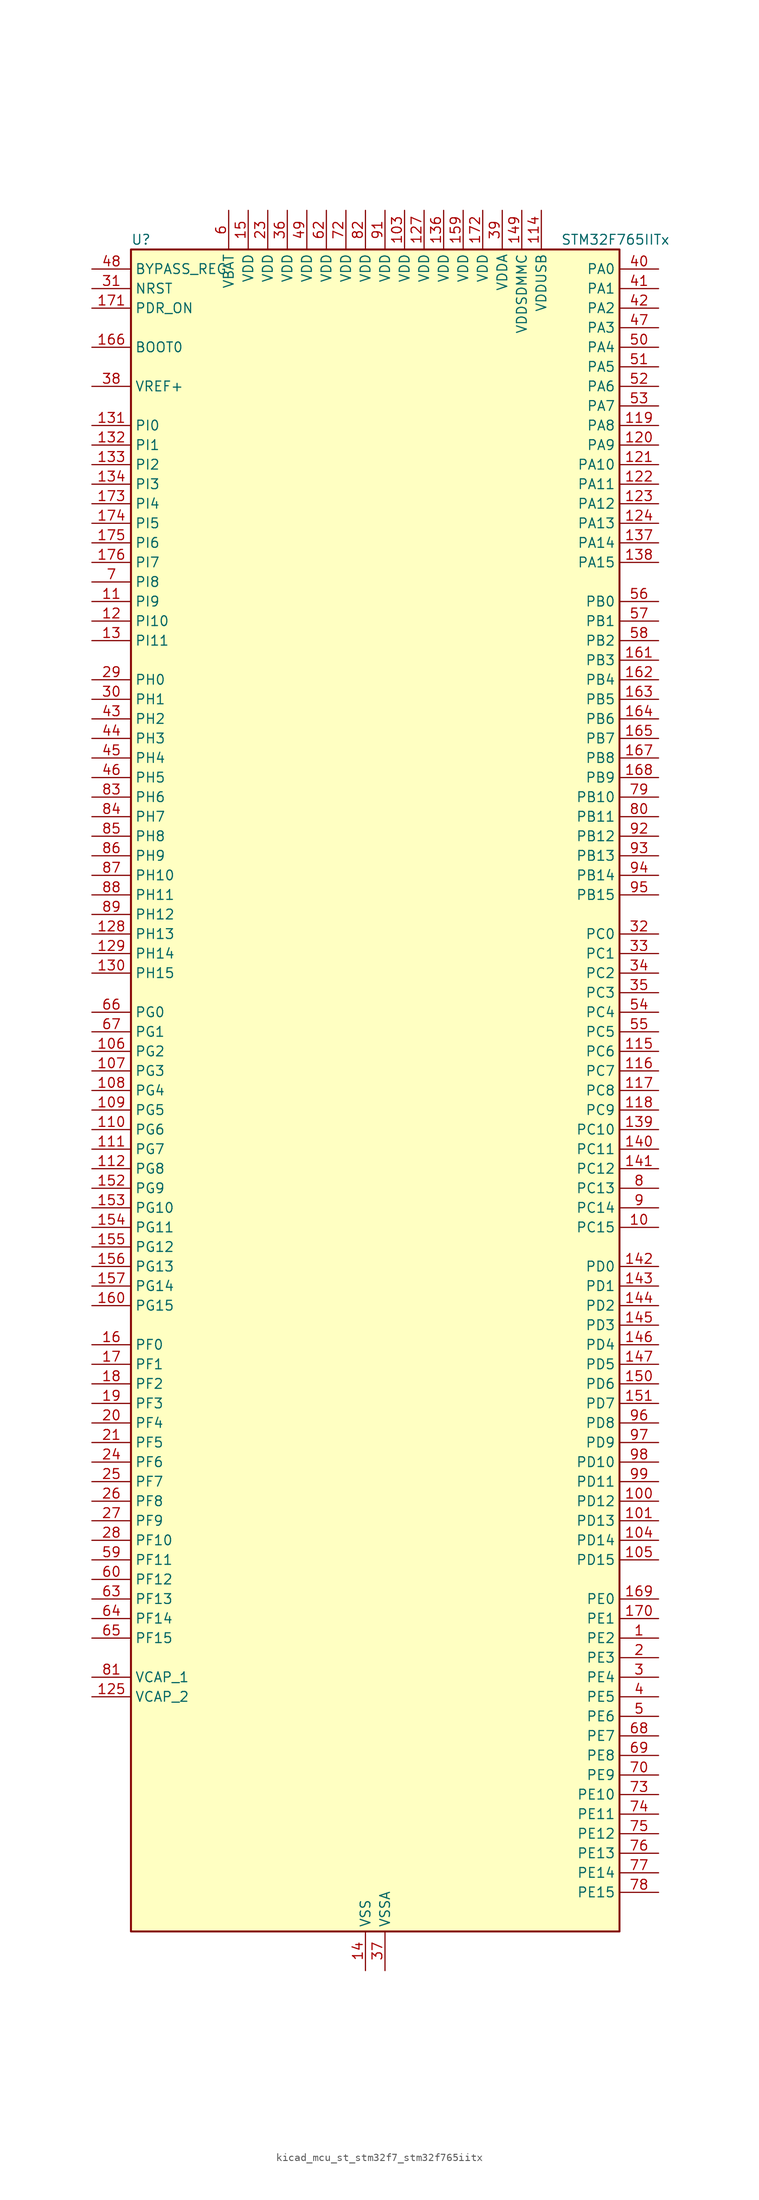
<source format=kicad_sym>
(kicad_symbol_lib
  (version 20220914)
  (generator kicad_symbol_editor)
  (symbol "kicad_mcu_st_stm32f7_stm32f765iitx"
    (property "Reference" "U"
      (at -30.48 110.49 0)
      (effects (font (size 1.27 1.27)) (justify left)))
    (property "Value" "STM32F765IITx"
      (at 25.4 110.49 0)
      (effects (font (size 1.27 1.27)) (justify left)))
    (property "ki_locked" ""
      (at 0 0 0)
      (effects (font (size 1.27 1.27))))
    (symbol "kicad_mcu_st_stm32f7_stm32f765iitx_0_1"
      (rectangle (start -30.48 -109.22) (end 33.02 109.22) (stroke (width 0.254) (type default)) (fill (type background))))
    (symbol "kicad_mcu_st_stm32f7_stm32f765iitx_1_1"
      (pin bidirectional line (at 38.1 -71.12 180) (length 5.08) (name "PE2" (effects (font (size 1.27 1.27)))) (number "1" (effects (font (size 1.27 1.27)))) (alternate "ETH_TXD3" bidirectional line) (alternate "FMC_A23" bidirectional line) (alternate "QUADSPI_BK1_IO2" bidirectional line) (alternate "SAI1_MCLK_A" bidirectional line) (alternate "SPI4_SCK" bidirectional line) (alternate "SYS_TRACECLK" bidirectional line))
      (pin bidirectional line (at 38.1 -17.78 180) (length 5.08) (name "PC15" (effects (font (size 1.27 1.27)))) (number "10" (effects (font (size 1.27 1.27)))) (alternate "RCC_OSC32_OUT" bidirectional line))
      (pin bidirectional line (at 38.1 -53.34 180) (length 5.08) (name "PD12" (effects (font (size 1.27 1.27)))) (number "100" (effects (font (size 1.27 1.27)))) (alternate "FMC_A17" bidirectional line) (alternate "FMC_ALE" bidirectional line) (alternate "I2C4_SCL" bidirectional line) (alternate "LPTIM1_IN1" bidirectional line) (alternate "QUADSPI_BK1_IO1" bidirectional line) (alternate "SAI2_FS_A" bidirectional line) (alternate "TIM4_CH1" bidirectional line) (alternate "USART3_DE" bidirectional line) (alternate "USART3_RTS" bidirectional line))
      (pin bidirectional line (at 38.1 -55.88 180) (length 5.08) (name "PD13" (effects (font (size 1.27 1.27)))) (number "101" (effects (font (size 1.27 1.27)))) (alternate "FMC_A18" bidirectional line) (alternate "I2C4_SDA" bidirectional line) (alternate "LPTIM1_OUT" bidirectional line) (alternate "QUADSPI_BK1_IO3" bidirectional line) (alternate "SAI2_SCK_A" bidirectional line) (alternate "TIM4_CH2" bidirectional line))
      (pin passive line (at 0 -114.3 90) (length 5.08) hide (name "VSS" (effects (font (size 1.27 1.27)))) (number "102" (effects (font (size 1.27 1.27)))))
      (pin power_in line (at 5.08 114.3 270) (length 5.08) (name "VDD" (effects (font (size 1.27 1.27)))) (number "103" (effects (font (size 1.27 1.27)))))
      (pin bidirectional line (at 38.1 -58.42 180) (length 5.08) (name "PD14" (effects (font (size 1.27 1.27)))) (number "104" (effects (font (size 1.27 1.27)))) (alternate "FMC_D0" bidirectional line) (alternate "FMC_DA0" bidirectional line) (alternate "TIM4_CH3" bidirectional line) (alternate "UART8_CTS" bidirectional line))
      (pin bidirectional line (at 38.1 -60.96 180) (length 5.08) (name "PD15" (effects (font (size 1.27 1.27)))) (number "105" (effects (font (size 1.27 1.27)))) (alternate "FMC_D1" bidirectional line) (alternate "FMC_DA1" bidirectional line) (alternate "TIM4_CH4" bidirectional line) (alternate "UART8_DE" bidirectional line) (alternate "UART8_RTS" bidirectional line))
      (pin bidirectional line (at -35.56 5.08 0) (length 5.08) (name "PG2" (effects (font (size 1.27 1.27)))) (number "106" (effects (font (size 1.27 1.27)))) (alternate "FMC_A12" bidirectional line))
      (pin bidirectional line (at -35.56 2.54 0) (length 5.08) (name "PG3" (effects (font (size 1.27 1.27)))) (number "107" (effects (font (size 1.27 1.27)))) (alternate "FMC_A13" bidirectional line))
      (pin bidirectional line (at -35.56 0 0) (length 5.08) (name "PG4" (effects (font (size 1.27 1.27)))) (number "108" (effects (font (size 1.27 1.27)))) (alternate "FMC_A14" bidirectional line) (alternate "FMC_BA0" bidirectional line))
      (pin bidirectional line (at -35.56 -2.54 0) (length 5.08) (name "PG5" (effects (font (size 1.27 1.27)))) (number "109" (effects (font (size 1.27 1.27)))) (alternate "FMC_A15" bidirectional line) (alternate "FMC_BA1" bidirectional line))
      (pin bidirectional line (at -35.56 63.5 0) (length 5.08) (name "PI9" (effects (font (size 1.27 1.27)))) (number "11" (effects (font (size 1.27 1.27)))) (alternate "CAN1_RX" bidirectional line) (alternate "DAC_EXTI9" bidirectional line) (alternate "FMC_D30" bidirectional line) (alternate "UART4_RX" bidirectional line))
      (pin bidirectional line (at -35.56 -5.08 0) (length 5.08) (name "PG6" (effects (font (size 1.27 1.27)))) (number "110" (effects (font (size 1.27 1.27)))) (alternate "DCMI_D12" bidirectional line) (alternate "FMC_NE3" bidirectional line))
      (pin bidirectional line (at -35.56 -7.62 0) (length 5.08) (name "PG7" (effects (font (size 1.27 1.27)))) (number "111" (effects (font (size 1.27 1.27)))) (alternate "DCMI_D13" bidirectional line) (alternate "FMC_INT" bidirectional line) (alternate "SAI1_MCLK_A" bidirectional line) (alternate "USART6_CK" bidirectional line))
      (pin bidirectional line (at -35.56 -10.16 0) (length 5.08) (name "PG8" (effects (font (size 1.27 1.27)))) (number "112" (effects (font (size 1.27 1.27)))) (alternate "ETH_PPS_OUT" bidirectional line) (alternate "FMC_SDCLK" bidirectional line) (alternate "SPDIFRX_IN2" bidirectional line) (alternate "SPI6_NSS" bidirectional line) (alternate "USART6_DE" bidirectional line) (alternate "USART6_RTS" bidirectional line))
      (pin passive line (at 0 -114.3 90) (length 5.08) hide (name "VSS" (effects (font (size 1.27 1.27)))) (number "113" (effects (font (size 1.27 1.27)))))
      (pin power_in line (at 22.86 114.3 270) (length 5.08) (name "VDDUSB" (effects (font (size 1.27 1.27)))) (number "114" (effects (font (size 1.27 1.27)))))
      (pin bidirectional line (at 38.1 5.08 180) (length 5.08) (name "PC6" (effects (font (size 1.27 1.27)))) (number "115" (effects (font (size 1.27 1.27)))) (alternate "DCMI_D0" bidirectional line) (alternate "DFSDM1_CKIN3" bidirectional line) (alternate "FMC_NWAIT" bidirectional line) (alternate "I2S2_MCK" bidirectional line) (alternate "SDMMC1_D6" bidirectional line) (alternate "SDMMC2_D6" bidirectional line) (alternate "TIM3_CH1" bidirectional line) (alternate "TIM8_CH1" bidirectional line) (alternate "USART6_TX" bidirectional line))
      (pin bidirectional line (at 38.1 2.54 180) (length 5.08) (name "PC7" (effects (font (size 1.27 1.27)))) (number "116" (effects (font (size 1.27 1.27)))) (alternate "DCMI_D1" bidirectional line) (alternate "DFSDM1_DATIN3" bidirectional line) (alternate "FMC_NE1" bidirectional line) (alternate "I2S3_MCK" bidirectional line) (alternate "SDMMC1_D7" bidirectional line) (alternate "SDMMC2_D7" bidirectional line) (alternate "TIM3_CH2" bidirectional line) (alternate "TIM8_CH2" bidirectional line) (alternate "USART6_RX" bidirectional line))
      (pin bidirectional line (at 38.1 0 180) (length 5.08) (name "PC8" (effects (font (size 1.27 1.27)))) (number "117" (effects (font (size 1.27 1.27)))) (alternate "DCMI_D2" bidirectional line) (alternate "FMC_NCE" bidirectional line) (alternate "FMC_NE2" bidirectional line) (alternate "SDMMC1_D0" bidirectional line) (alternate "SYS_TRACED1" bidirectional line) (alternate "TIM3_CH3" bidirectional line) (alternate "TIM8_CH3" bidirectional line) (alternate "UART5_DE" bidirectional line) (alternate "UART5_RTS" bidirectional line) (alternate "USART6_CK" bidirectional line))
      (pin bidirectional line (at 38.1 -2.54 180) (length 5.08) (name "PC9" (effects (font (size 1.27 1.27)))) (number "118" (effects (font (size 1.27 1.27)))) (alternate "DAC_EXTI9" bidirectional line) (alternate "DCMI_D3" bidirectional line) (alternate "I2C3_SDA" bidirectional line) (alternate "I2S_CKIN" bidirectional line) (alternate "QUADSPI_BK1_IO0" bidirectional line) (alternate "RCC_MCO_2" bidirectional line) (alternate "SDMMC1_D1" bidirectional line) (alternate "TIM3_CH4" bidirectional line) (alternate "TIM8_CH4" bidirectional line) (alternate "UART5_CTS" bidirectional line))
      (pin bidirectional line (at 38.1 86.36 180) (length 5.08) (name "PA8" (effects (font (size 1.27 1.27)))) (number "119" (effects (font (size 1.27 1.27)))) (alternate "CAN3_RX" bidirectional line) (alternate "I2C3_SCL" bidirectional line) (alternate "RCC_MCO_1" bidirectional line) (alternate "TIM1_CH1" bidirectional line) (alternate "TIM8_BKIN2" bidirectional line) (alternate "UART7_RX" bidirectional line) (alternate "USART1_CK" bidirectional line) (alternate "USB_OTG_FS_SOF" bidirectional line))
      (pin bidirectional line (at -35.56 60.96 0) (length 5.08) (name "PI10" (effects (font (size 1.27 1.27)))) (number "12" (effects (font (size 1.27 1.27)))) (alternate "ETH_RX_ER" bidirectional line) (alternate "FMC_D31" bidirectional line))
      (pin bidirectional line (at 38.1 83.82 180) (length 5.08) (name "PA9" (effects (font (size 1.27 1.27)))) (number "120" (effects (font (size 1.27 1.27)))) (alternate "DAC_EXTI9" bidirectional line) (alternate "DCMI_D0" bidirectional line) (alternate "I2C3_SMBA" bidirectional line) (alternate "I2S2_CK" bidirectional line) (alternate "SPI2_SCK" bidirectional line) (alternate "TIM1_CH2" bidirectional line) (alternate "USART1_TX" bidirectional line) (alternate "USB_OTG_FS_VBUS" bidirectional line))
      (pin bidirectional line (at 38.1 81.28 180) (length 5.08) (name "PA10" (effects (font (size 1.27 1.27)))) (number "121" (effects (font (size 1.27 1.27)))) (alternate "DCMI_D1" bidirectional line) (alternate "MDIOS_MDIO" bidirectional line) (alternate "TIM1_CH3" bidirectional line) (alternate "USART1_RX" bidirectional line) (alternate "USB_OTG_FS_ID" bidirectional line))
      (pin bidirectional line (at 38.1 78.74 180) (length 5.08) (name "PA11" (effects (font (size 1.27 1.27)))) (number "122" (effects (font (size 1.27 1.27)))) (alternate "ADC1_EXTI11" bidirectional line) (alternate "ADC2_EXTI11" bidirectional line) (alternate "ADC3_EXTI11" bidirectional line) (alternate "CAN1_RX" bidirectional line) (alternate "I2S2_WS" bidirectional line) (alternate "SPI2_NSS" bidirectional line) (alternate "TIM1_CH4" bidirectional line) (alternate "UART4_RX" bidirectional line) (alternate "USART1_CTS" bidirectional line) (alternate "USB_OTG_FS_DM" bidirectional line))
      (pin bidirectional line (at 38.1 76.2 180) (length 5.08) (name "PA12" (effects (font (size 1.27 1.27)))) (number "123" (effects (font (size 1.27 1.27)))) (alternate "CAN1_TX" bidirectional line) (alternate "I2S2_CK" bidirectional line) (alternate "SAI2_FS_B" bidirectional line) (alternate "SPI2_SCK" bidirectional line) (alternate "TIM1_ETR" bidirectional line) (alternate "UART4_TX" bidirectional line) (alternate "USART1_DE" bidirectional line) (alternate "USART1_RTS" bidirectional line) (alternate "USB_OTG_FS_DP" bidirectional line))
      (pin bidirectional line (at 38.1 73.66 180) (length 5.08) (name "PA13" (effects (font (size 1.27 1.27)))) (number "124" (effects (font (size 1.27 1.27)))) (alternate "SYS_JTMS-SWDIO" bidirectional line))
      (pin power_out line (at -35.56 -78.74 0) (length 5.08) (name "VCAP_2" (effects (font (size 1.27 1.27)))) (number "125" (effects (font (size 1.27 1.27)))))
      (pin passive line (at 0 -114.3 90) (length 5.08) hide (name "VSS" (effects (font (size 1.27 1.27)))) (number "126" (effects (font (size 1.27 1.27)))))
      (pin power_in line (at 7.62 114.3 270) (length 5.08) (name "VDD" (effects (font (size 1.27 1.27)))) (number "127" (effects (font (size 1.27 1.27)))))
      (pin bidirectional line (at -35.56 20.32 0) (length 5.08) (name "PH13" (effects (font (size 1.27 1.27)))) (number "128" (effects (font (size 1.27 1.27)))) (alternate "CAN1_TX" bidirectional line) (alternate "FMC_D21" bidirectional line) (alternate "TIM8_CH1N" bidirectional line) (alternate "UART4_TX" bidirectional line))
      (pin bidirectional line (at -35.56 17.78 0) (length 5.08) (name "PH14" (effects (font (size 1.27 1.27)))) (number "129" (effects (font (size 1.27 1.27)))) (alternate "CAN1_RX" bidirectional line) (alternate "DCMI_D4" bidirectional line) (alternate "FMC_D22" bidirectional line) (alternate "TIM8_CH2N" bidirectional line) (alternate "UART4_RX" bidirectional line))
      (pin bidirectional line (at -35.56 58.42 0) (length 5.08) (name "PI11" (effects (font (size 1.27 1.27)))) (number "13" (effects (font (size 1.27 1.27)))) (alternate "ADC1_EXTI11" bidirectional line) (alternate "ADC2_EXTI11" bidirectional line) (alternate "ADC3_EXTI11" bidirectional line) (alternate "SYS_WKUP6" bidirectional line) (alternate "USB_OTG_HS_ULPI_DIR" bidirectional line))
      (pin bidirectional line (at -35.56 15.24 0) (length 5.08) (name "PH15" (effects (font (size 1.27 1.27)))) (number "130" (effects (font (size 1.27 1.27)))) (alternate "DCMI_D11" bidirectional line) (alternate "FMC_D23" bidirectional line) (alternate "TIM8_CH3N" bidirectional line))
      (pin bidirectional line (at -35.56 86.36 0) (length 5.08) (name "PI0" (effects (font (size 1.27 1.27)))) (number "131" (effects (font (size 1.27 1.27)))) (alternate "DCMI_D13" bidirectional line) (alternate "FMC_D24" bidirectional line) (alternate "I2S2_WS" bidirectional line) (alternate "SPI2_NSS" bidirectional line) (alternate "TIM5_CH4" bidirectional line))
      (pin bidirectional line (at -35.56 83.82 0) (length 5.08) (name "PI1" (effects (font (size 1.27 1.27)))) (number "132" (effects (font (size 1.27 1.27)))) (alternate "DCMI_D8" bidirectional line) (alternate "FMC_D25" bidirectional line) (alternate "I2S2_CK" bidirectional line) (alternate "SPI2_SCK" bidirectional line) (alternate "TIM8_BKIN2" bidirectional line))
      (pin bidirectional line (at -35.56 81.28 0) (length 5.08) (name "PI2" (effects (font (size 1.27 1.27)))) (number "133" (effects (font (size 1.27 1.27)))) (alternate "DCMI_D9" bidirectional line) (alternate "FMC_D26" bidirectional line) (alternate "SPI2_MISO" bidirectional line) (alternate "TIM8_CH4" bidirectional line))
      (pin bidirectional line (at -35.56 78.74 0) (length 5.08) (name "PI3" (effects (font (size 1.27 1.27)))) (number "134" (effects (font (size 1.27 1.27)))) (alternate "DCMI_D10" bidirectional line) (alternate "FMC_D27" bidirectional line) (alternate "I2S2_SD" bidirectional line) (alternate "SPI2_MOSI" bidirectional line) (alternate "TIM8_ETR" bidirectional line))
      (pin passive line (at 0 -114.3 90) (length 5.08) hide (name "VSS" (effects (font (size 1.27 1.27)))) (number "135" (effects (font (size 1.27 1.27)))))
      (pin power_in line (at 10.16 114.3 270) (length 5.08) (name "VDD" (effects (font (size 1.27 1.27)))) (number "136" (effects (font (size 1.27 1.27)))))
      (pin bidirectional line (at 38.1 71.12 180) (length 5.08) (name "PA14" (effects (font (size 1.27 1.27)))) (number "137" (effects (font (size 1.27 1.27)))) (alternate "SYS_JTCK-SWCLK" bidirectional line))
      (pin bidirectional line (at 38.1 68.58 180) (length 5.08) (name "PA15" (effects (font (size 1.27 1.27)))) (number "138" (effects (font (size 1.27 1.27)))) (alternate "CAN3_TX" bidirectional line) (alternate "CEC" bidirectional line) (alternate "I2S1_WS" bidirectional line) (alternate "I2S3_WS" bidirectional line) (alternate "SPI1_NSS" bidirectional line) (alternate "SPI3_NSS" bidirectional line) (alternate "SPI6_NSS" bidirectional line) (alternate "SYS_JTDI" bidirectional line) (alternate "TIM2_CH1" bidirectional line) (alternate "TIM2_ETR" bidirectional line) (alternate "UART4_DE" bidirectional line) (alternate "UART4_RTS" bidirectional line) (alternate "UART7_TX" bidirectional line))
      (pin bidirectional line (at 38.1 -5.08 180) (length 5.08) (name "PC10" (effects (font (size 1.27 1.27)))) (number "139" (effects (font (size 1.27 1.27)))) (alternate "DCMI_D8" bidirectional line) (alternate "DFSDM1_CKIN5" bidirectional line) (alternate "I2S3_CK" bidirectional line) (alternate "QUADSPI_BK1_IO1" bidirectional line) (alternate "SDMMC1_D2" bidirectional line) (alternate "SPI3_SCK" bidirectional line) (alternate "UART4_TX" bidirectional line) (alternate "USART3_TX" bidirectional line))
      (pin power_in line (at 0 -114.3 90) (length 5.08) (name "VSS" (effects (font (size 1.27 1.27)))) (number "14" (effects (font (size 1.27 1.27)))))
      (pin bidirectional line (at 38.1 -7.62 180) (length 5.08) (name "PC11" (effects (font (size 1.27 1.27)))) (number "140" (effects (font (size 1.27 1.27)))) (alternate "ADC1_EXTI11" bidirectional line) (alternate "ADC2_EXTI11" bidirectional line) (alternate "ADC3_EXTI11" bidirectional line) (alternate "DCMI_D4" bidirectional line) (alternate "DFSDM1_DATIN5" bidirectional line) (alternate "QUADSPI_BK2_NCS" bidirectional line) (alternate "SDMMC1_D3" bidirectional line) (alternate "SPI3_MISO" bidirectional line) (alternate "UART4_RX" bidirectional line) (alternate "USART3_RX" bidirectional line))
      (pin bidirectional line (at 38.1 -10.16 180) (length 5.08) (name "PC12" (effects (font (size 1.27 1.27)))) (number "141" (effects (font (size 1.27 1.27)))) (alternate "DCMI_D9" bidirectional line) (alternate "I2S3_SD" bidirectional line) (alternate "SDMMC1_CK" bidirectional line) (alternate "SPI3_MOSI" bidirectional line) (alternate "SYS_TRACED3" bidirectional line) (alternate "UART5_TX" bidirectional line) (alternate "USART3_CK" bidirectional line))
      (pin bidirectional line (at 38.1 -22.86 180) (length 5.08) (name "PD0" (effects (font (size 1.27 1.27)))) (number "142" (effects (font (size 1.27 1.27)))) (alternate "CAN1_RX" bidirectional line) (alternate "DFSDM1_CKIN6" bidirectional line) (alternate "DFSDM1_DATIN7" bidirectional line) (alternate "FMC_D2" bidirectional line) (alternate "FMC_DA2" bidirectional line) (alternate "UART4_RX" bidirectional line))
      (pin bidirectional line (at 38.1 -25.4 180) (length 5.08) (name "PD1" (effects (font (size 1.27 1.27)))) (number "143" (effects (font (size 1.27 1.27)))) (alternate "CAN1_TX" bidirectional line) (alternate "DFSDM1_CKIN7" bidirectional line) (alternate "DFSDM1_DATIN6" bidirectional line) (alternate "FMC_D3" bidirectional line) (alternate "FMC_DA3" bidirectional line) (alternate "UART4_TX" bidirectional line))
      (pin bidirectional line (at 38.1 -27.94 180) (length 5.08) (name "PD2" (effects (font (size 1.27 1.27)))) (number "144" (effects (font (size 1.27 1.27)))) (alternate "DCMI_D11" bidirectional line) (alternate "SDMMC1_CMD" bidirectional line) (alternate "SYS_TRACED2" bidirectional line) (alternate "TIM3_ETR" bidirectional line) (alternate "UART5_RX" bidirectional line))
      (pin bidirectional line (at 38.1 -30.48 180) (length 5.08) (name "PD3" (effects (font (size 1.27 1.27)))) (number "145" (effects (font (size 1.27 1.27)))) (alternate "DCMI_D5" bidirectional line) (alternate "DFSDM1_CKOUT" bidirectional line) (alternate "DFSDM1_DATIN0" bidirectional line) (alternate "FMC_CLK" bidirectional line) (alternate "I2S2_CK" bidirectional line) (alternate "SPI2_SCK" bidirectional line) (alternate "USART2_CTS" bidirectional line))
      (pin bidirectional line (at 38.1 -33.02 180) (length 5.08) (name "PD4" (effects (font (size 1.27 1.27)))) (number "146" (effects (font (size 1.27 1.27)))) (alternate "DFSDM1_CKIN0" bidirectional line) (alternate "FMC_NOE" bidirectional line) (alternate "USART2_DE" bidirectional line) (alternate "USART2_RTS" bidirectional line))
      (pin bidirectional line (at 38.1 -35.56 180) (length 5.08) (name "PD5" (effects (font (size 1.27 1.27)))) (number "147" (effects (font (size 1.27 1.27)))) (alternate "FMC_NWE" bidirectional line) (alternate "USART2_TX" bidirectional line))
      (pin passive line (at 0 -114.3 90) (length 5.08) hide (name "VSS" (effects (font (size 1.27 1.27)))) (number "148" (effects (font (size 1.27 1.27)))))
      (pin power_in line (at 20.32 114.3 270) (length 5.08) (name "VDDSDMMC" (effects (font (size 1.27 1.27)))) (number "149" (effects (font (size 1.27 1.27)))))
      (pin power_in line (at -15.24 114.3 270) (length 5.08) (name "VDD" (effects (font (size 1.27 1.27)))) (number "15" (effects (font (size 1.27 1.27)))))
      (pin bidirectional line (at 38.1 -38.1 180) (length 5.08) (name "PD6" (effects (font (size 1.27 1.27)))) (number "150" (effects (font (size 1.27 1.27)))) (alternate "DCMI_D10" bidirectional line) (alternate "DFSDM1_CKIN4" bidirectional line) (alternate "DFSDM1_DATIN1" bidirectional line) (alternate "FMC_NWAIT" bidirectional line) (alternate "I2S3_SD" bidirectional line) (alternate "SAI1_SD_A" bidirectional line) (alternate "SDMMC2_CK" bidirectional line) (alternate "SPI3_MOSI" bidirectional line) (alternate "USART2_RX" bidirectional line))
      (pin bidirectional line (at 38.1 -40.64 180) (length 5.08) (name "PD7" (effects (font (size 1.27 1.27)))) (number "151" (effects (font (size 1.27 1.27)))) (alternate "DFSDM1_CKIN1" bidirectional line) (alternate "DFSDM1_DATIN4" bidirectional line) (alternate "FMC_NE1" bidirectional line) (alternate "I2S1_SD" bidirectional line) (alternate "SDMMC2_CMD" bidirectional line) (alternate "SPDIFRX_IN0" bidirectional line) (alternate "SPI1_MOSI" bidirectional line) (alternate "USART2_CK" bidirectional line))
      (pin bidirectional line (at -35.56 -12.7 0) (length 5.08) (name "PG9" (effects (font (size 1.27 1.27)))) (number "152" (effects (font (size 1.27 1.27)))) (alternate "DAC_EXTI9" bidirectional line) (alternate "DCMI_VSYNC" bidirectional line) (alternate "FMC_NCE" bidirectional line) (alternate "FMC_NE2" bidirectional line) (alternate "QUADSPI_BK2_IO2" bidirectional line) (alternate "SAI2_FS_B" bidirectional line) (alternate "SDMMC2_D0" bidirectional line) (alternate "SPDIFRX_IN3" bidirectional line) (alternate "SPI1_MISO" bidirectional line) (alternate "USART6_RX" bidirectional line))
      (pin bidirectional line (at -35.56 -15.24 0) (length 5.08) (name "PG10" (effects (font (size 1.27 1.27)))) (number "153" (effects (font (size 1.27 1.27)))) (alternate "DCMI_D2" bidirectional line) (alternate "FMC_NE3" bidirectional line) (alternate "I2S1_WS" bidirectional line) (alternate "SAI2_SD_B" bidirectional line) (alternate "SDMMC2_D1" bidirectional line) (alternate "SPI1_NSS" bidirectional line))
      (pin bidirectional line (at -35.56 -17.78 0) (length 5.08) (name "PG11" (effects (font (size 1.27 1.27)))) (number "154" (effects (font (size 1.27 1.27)))) (alternate "ADC1_EXTI11" bidirectional line) (alternate "ADC2_EXTI11" bidirectional line) (alternate "ADC3_EXTI11" bidirectional line) (alternate "DCMI_D3" bidirectional line) (alternate "ETH_TX_EN" bidirectional line) (alternate "I2S1_CK" bidirectional line) (alternate "SDMMC2_D2" bidirectional line) (alternate "SPDIFRX_IN0" bidirectional line) (alternate "SPI1_SCK" bidirectional line))
      (pin bidirectional line (at -35.56 -20.32 0) (length 5.08) (name "PG12" (effects (font (size 1.27 1.27)))) (number "155" (effects (font (size 1.27 1.27)))) (alternate "FMC_NE4" bidirectional line) (alternate "LPTIM1_IN1" bidirectional line) (alternate "SDMMC2_D3" bidirectional line) (alternate "SPDIFRX_IN1" bidirectional line) (alternate "SPI6_MISO" bidirectional line) (alternate "USART6_DE" bidirectional line) (alternate "USART6_RTS" bidirectional line))
      (pin bidirectional line (at -35.56 -22.86 0) (length 5.08) (name "PG13" (effects (font (size 1.27 1.27)))) (number "156" (effects (font (size 1.27 1.27)))) (alternate "ETH_TXD0" bidirectional line) (alternate "FMC_A24" bidirectional line) (alternate "LPTIM1_OUT" bidirectional line) (alternate "SPI6_SCK" bidirectional line) (alternate "SYS_TRACED0" bidirectional line) (alternate "USART6_CTS" bidirectional line))
      (pin bidirectional line (at -35.56 -25.4 0) (length 5.08) (name "PG14" (effects (font (size 1.27 1.27)))) (number "157" (effects (font (size 1.27 1.27)))) (alternate "ETH_TXD1" bidirectional line) (alternate "FMC_A25" bidirectional line) (alternate "LPTIM1_ETR" bidirectional line) (alternate "QUADSPI_BK2_IO3" bidirectional line) (alternate "SPI6_MOSI" bidirectional line) (alternate "SYS_TRACED1" bidirectional line) (alternate "USART6_TX" bidirectional line))
      (pin passive line (at 0 -114.3 90) (length 5.08) hide (name "VSS" (effects (font (size 1.27 1.27)))) (number "158" (effects (font (size 1.27 1.27)))))
      (pin power_in line (at 12.7 114.3 270) (length 5.08) (name "VDD" (effects (font (size 1.27 1.27)))) (number "159" (effects (font (size 1.27 1.27)))))
      (pin bidirectional line (at -35.56 -33.02 0) (length 5.08) (name "PF0" (effects (font (size 1.27 1.27)))) (number "16" (effects (font (size 1.27 1.27)))) (alternate "FMC_A0" bidirectional line) (alternate "I2C2_SDA" bidirectional line))
      (pin bidirectional line (at -35.56 -27.94 0) (length 5.08) (name "PG15" (effects (font (size 1.27 1.27)))) (number "160" (effects (font (size 1.27 1.27)))) (alternate "DCMI_D13" bidirectional line) (alternate "FMC_SDNCAS" bidirectional line) (alternate "USART6_CTS" bidirectional line))
      (pin bidirectional line (at 38.1 55.88 180) (length 5.08) (name "PB3" (effects (font (size 1.27 1.27)))) (number "161" (effects (font (size 1.27 1.27)))) (alternate "CAN3_RX" bidirectional line) (alternate "I2S1_CK" bidirectional line) (alternate "I2S3_CK" bidirectional line) (alternate "SDMMC2_D2" bidirectional line) (alternate "SPI1_SCK" bidirectional line) (alternate "SPI3_SCK" bidirectional line) (alternate "SPI6_SCK" bidirectional line) (alternate "SYS_JTDO-SWO" bidirectional line) (alternate "TIM2_CH2" bidirectional line) (alternate "UART7_RX" bidirectional line))
      (pin bidirectional line (at 38.1 53.34 180) (length 5.08) (name "PB4" (effects (font (size 1.27 1.27)))) (number "162" (effects (font (size 1.27 1.27)))) (alternate "CAN3_TX" bidirectional line) (alternate "I2S2_WS" bidirectional line) (alternate "SDMMC2_D3" bidirectional line) (alternate "SPI1_MISO" bidirectional line) (alternate "SPI2_NSS" bidirectional line) (alternate "SPI3_MISO" bidirectional line) (alternate "SPI6_MISO" bidirectional line) (alternate "SYS_JTRST" bidirectional line) (alternate "TIM3_CH1" bidirectional line) (alternate "UART7_TX" bidirectional line))
      (pin bidirectional line (at 38.1 50.8 180) (length 5.08) (name "PB5" (effects (font (size 1.27 1.27)))) (number "163" (effects (font (size 1.27 1.27)))) (alternate "CAN2_RX" bidirectional line) (alternate "DCMI_D10" bidirectional line) (alternate "ETH_PPS_OUT" bidirectional line) (alternate "FMC_SDCKE1" bidirectional line) (alternate "I2C1_SMBA" bidirectional line) (alternate "I2S1_SD" bidirectional line) (alternate "I2S3_SD" bidirectional line) (alternate "SPI1_MOSI" bidirectional line) (alternate "SPI3_MOSI" bidirectional line) (alternate "SPI6_MOSI" bidirectional line) (alternate "TIM3_CH2" bidirectional line) (alternate "UART5_RX" bidirectional line) (alternate "USB_OTG_HS_ULPI_D7" bidirectional line))
      (pin bidirectional line (at 38.1 48.26 180) (length 5.08) (name "PB6" (effects (font (size 1.27 1.27)))) (number "164" (effects (font (size 1.27 1.27)))) (alternate "CAN2_TX" bidirectional line) (alternate "CEC" bidirectional line) (alternate "DCMI_D5" bidirectional line) (alternate "DFSDM1_DATIN5" bidirectional line) (alternate "FMC_SDNE1" bidirectional line) (alternate "I2C1_SCL" bidirectional line) (alternate "I2C4_SCL" bidirectional line) (alternate "QUADSPI_BK1_NCS" bidirectional line) (alternate "TIM4_CH1" bidirectional line) (alternate "UART5_TX" bidirectional line) (alternate "USART1_TX" bidirectional line))
      (pin bidirectional line (at 38.1 45.72 180) (length 5.08) (name "PB7" (effects (font (size 1.27 1.27)))) (number "165" (effects (font (size 1.27 1.27)))) (alternate "DCMI_VSYNC" bidirectional line) (alternate "DFSDM1_CKIN5" bidirectional line) (alternate "FMC_NL" bidirectional line) (alternate "I2C1_SDA" bidirectional line) (alternate "I2C4_SDA" bidirectional line) (alternate "TIM4_CH2" bidirectional line) (alternate "USART1_RX" bidirectional line))
      (pin input line (at -35.56 96.52 0) (length 5.08) (name "BOOT0" (effects (font (size 1.27 1.27)))) (number "166" (effects (font (size 1.27 1.27)))))
      (pin bidirectional line (at 38.1 43.18 180) (length 5.08) (name "PB8" (effects (font (size 1.27 1.27)))) (number "167" (effects (font (size 1.27 1.27)))) (alternate "CAN1_RX" bidirectional line) (alternate "DCMI_D6" bidirectional line) (alternate "DFSDM1_CKIN7" bidirectional line) (alternate "ETH_TXD3" bidirectional line) (alternate "I2C1_SCL" bidirectional line) (alternate "I2C4_SCL" bidirectional line) (alternate "SDMMC1_D4" bidirectional line) (alternate "SDMMC2_D4" bidirectional line) (alternate "TIM10_CH1" bidirectional line) (alternate "TIM4_CH3" bidirectional line) (alternate "UART5_RX" bidirectional line))
      (pin bidirectional line (at 38.1 40.64 180) (length 5.08) (name "PB9" (effects (font (size 1.27 1.27)))) (number "168" (effects (font (size 1.27 1.27)))) (alternate "CAN1_TX" bidirectional line) (alternate "DAC_EXTI9" bidirectional line) (alternate "DCMI_D7" bidirectional line) (alternate "DFSDM1_DATIN7" bidirectional line) (alternate "I2C1_SDA" bidirectional line) (alternate "I2C4_SDA" bidirectional line) (alternate "I2C4_SMBA" bidirectional line) (alternate "I2S2_WS" bidirectional line) (alternate "SDMMC1_D5" bidirectional line) (alternate "SDMMC2_D5" bidirectional line) (alternate "SPI2_NSS" bidirectional line) (alternate "TIM11_CH1" bidirectional line) (alternate "TIM4_CH4" bidirectional line) (alternate "UART5_TX" bidirectional line))
      (pin bidirectional line (at 38.1 -66.04 180) (length 5.08) (name "PE0" (effects (font (size 1.27 1.27)))) (number "169" (effects (font (size 1.27 1.27)))) (alternate "DCMI_D2" bidirectional line) (alternate "FMC_NBL0" bidirectional line) (alternate "LPTIM1_ETR" bidirectional line) (alternate "SAI2_MCLK_A" bidirectional line) (alternate "TIM4_ETR" bidirectional line) (alternate "UART8_RX" bidirectional line))
      (pin bidirectional line (at -35.56 -35.56 0) (length 5.08) (name "PF1" (effects (font (size 1.27 1.27)))) (number "17" (effects (font (size 1.27 1.27)))) (alternate "FMC_A1" bidirectional line) (alternate "I2C2_SCL" bidirectional line))
      (pin bidirectional line (at 38.1 -68.58 180) (length 5.08) (name "PE1" (effects (font (size 1.27 1.27)))) (number "170" (effects (font (size 1.27 1.27)))) (alternate "DCMI_D3" bidirectional line) (alternate "FMC_NBL1" bidirectional line) (alternate "LPTIM1_IN2" bidirectional line) (alternate "UART8_TX" bidirectional line))
      (pin input line (at -35.56 101.6 0) (length 5.08) (name "PDR_ON" (effects (font (size 1.27 1.27)))) (number "171" (effects (font (size 1.27 1.27)))))
      (pin power_in line (at 15.24 114.3 270) (length 5.08) (name "VDD" (effects (font (size 1.27 1.27)))) (number "172" (effects (font (size 1.27 1.27)))))
      (pin bidirectional line (at -35.56 76.2 0) (length 5.08) (name "PI4" (effects (font (size 1.27 1.27)))) (number "173" (effects (font (size 1.27 1.27)))) (alternate "DCMI_D5" bidirectional line) (alternate "FMC_NBL2" bidirectional line) (alternate "SAI2_MCLK_A" bidirectional line) (alternate "TIM8_BKIN" bidirectional line))
      (pin bidirectional line (at -35.56 73.66 0) (length 5.08) (name "PI5" (effects (font (size 1.27 1.27)))) (number "174" (effects (font (size 1.27 1.27)))) (alternate "DCMI_VSYNC" bidirectional line) (alternate "FMC_NBL3" bidirectional line) (alternate "SAI2_SCK_A" bidirectional line) (alternate "TIM8_CH1" bidirectional line))
      (pin bidirectional line (at -35.56 71.12 0) (length 5.08) (name "PI6" (effects (font (size 1.27 1.27)))) (number "175" (effects (font (size 1.27 1.27)))) (alternate "DCMI_D6" bidirectional line) (alternate "FMC_D28" bidirectional line) (alternate "SAI2_SD_A" bidirectional line) (alternate "TIM8_CH2" bidirectional line))
      (pin bidirectional line (at -35.56 68.58 0) (length 5.08) (name "PI7" (effects (font (size 1.27 1.27)))) (number "176" (effects (font (size 1.27 1.27)))) (alternate "DCMI_D7" bidirectional line) (alternate "FMC_D29" bidirectional line) (alternate "SAI2_FS_A" bidirectional line) (alternate "TIM8_CH3" bidirectional line))
      (pin bidirectional line (at -35.56 -38.1 0) (length 5.08) (name "PF2" (effects (font (size 1.27 1.27)))) (number "18" (effects (font (size 1.27 1.27)))) (alternate "FMC_A2" bidirectional line) (alternate "I2C2_SMBA" bidirectional line))
      (pin bidirectional line (at -35.56 -40.64 0) (length 5.08) (name "PF3" (effects (font (size 1.27 1.27)))) (number "19" (effects (font (size 1.27 1.27)))) (alternate "ADC3_IN9" bidirectional line) (alternate "FMC_A3" bidirectional line))
      (pin bidirectional line (at 38.1 -73.66 180) (length 5.08) (name "PE3" (effects (font (size 1.27 1.27)))) (number "2" (effects (font (size 1.27 1.27)))) (alternate "FMC_A19" bidirectional line) (alternate "SAI1_SD_B" bidirectional line) (alternate "SYS_TRACED0" bidirectional line))
      (pin bidirectional line (at -35.56 -43.18 0) (length 5.08) (name "PF4" (effects (font (size 1.27 1.27)))) (number "20" (effects (font (size 1.27 1.27)))) (alternate "ADC3_IN14" bidirectional line) (alternate "FMC_A4" bidirectional line))
      (pin bidirectional line (at -35.56 -45.72 0) (length 5.08) (name "PF5" (effects (font (size 1.27 1.27)))) (number "21" (effects (font (size 1.27 1.27)))) (alternate "ADC3_IN15" bidirectional line) (alternate "FMC_A5" bidirectional line))
      (pin passive line (at 0 -114.3 90) (length 5.08) hide (name "VSS" (effects (font (size 1.27 1.27)))) (number "22" (effects (font (size 1.27 1.27)))))
      (pin power_in line (at -12.7 114.3 270) (length 5.08) (name "VDD" (effects (font (size 1.27 1.27)))) (number "23" (effects (font (size 1.27 1.27)))))
      (pin bidirectional line (at -35.56 -48.26 0) (length 5.08) (name "PF6" (effects (font (size 1.27 1.27)))) (number "24" (effects (font (size 1.27 1.27)))) (alternate "ADC3_IN4" bidirectional line) (alternate "QUADSPI_BK1_IO3" bidirectional line) (alternate "SAI1_SD_B" bidirectional line) (alternate "SPI5_NSS" bidirectional line) (alternate "TIM10_CH1" bidirectional line) (alternate "UART7_RX" bidirectional line))
      (pin bidirectional line (at -35.56 -50.8 0) (length 5.08) (name "PF7" (effects (font (size 1.27 1.27)))) (number "25" (effects (font (size 1.27 1.27)))) (alternate "ADC3_IN5" bidirectional line) (alternate "QUADSPI_BK1_IO2" bidirectional line) (alternate "SAI1_MCLK_B" bidirectional line) (alternate "SPI5_SCK" bidirectional line) (alternate "TIM11_CH1" bidirectional line) (alternate "UART7_TX" bidirectional line))
      (pin bidirectional line (at -35.56 -53.34 0) (length 5.08) (name "PF8" (effects (font (size 1.27 1.27)))) (number "26" (effects (font (size 1.27 1.27)))) (alternate "ADC3_IN6" bidirectional line) (alternate "QUADSPI_BK1_IO0" bidirectional line) (alternate "SAI1_SCK_B" bidirectional line) (alternate "SPI5_MISO" bidirectional line) (alternate "TIM13_CH1" bidirectional line) (alternate "UART7_DE" bidirectional line) (alternate "UART7_RTS" bidirectional line))
      (pin bidirectional line (at -35.56 -55.88 0) (length 5.08) (name "PF9" (effects (font (size 1.27 1.27)))) (number "27" (effects (font (size 1.27 1.27)))) (alternate "ADC3_IN7" bidirectional line) (alternate "DAC_EXTI9" bidirectional line) (alternate "QUADSPI_BK1_IO1" bidirectional line) (alternate "SAI1_FS_B" bidirectional line) (alternate "SPI5_MOSI" bidirectional line) (alternate "TIM14_CH1" bidirectional line) (alternate "UART7_CTS" bidirectional line))
      (pin bidirectional line (at -35.56 -58.42 0) (length 5.08) (name "PF10" (effects (font (size 1.27 1.27)))) (number "28" (effects (font (size 1.27 1.27)))) (alternate "ADC3_IN8" bidirectional line) (alternate "DCMI_D11" bidirectional line) (alternate "QUADSPI_CLK" bidirectional line))
      (pin bidirectional line (at -35.56 53.34 0) (length 5.08) (name "PH0" (effects (font (size 1.27 1.27)))) (number "29" (effects (font (size 1.27 1.27)))) (alternate "RCC_OSC_IN" bidirectional line))
      (pin bidirectional line (at 38.1 -76.2 180) (length 5.08) (name "PE4" (effects (font (size 1.27 1.27)))) (number "3" (effects (font (size 1.27 1.27)))) (alternate "DCMI_D4" bidirectional line) (alternate "DFSDM1_DATIN3" bidirectional line) (alternate "FMC_A20" bidirectional line) (alternate "SAI1_FS_A" bidirectional line) (alternate "SPI4_NSS" bidirectional line) (alternate "SYS_TRACED1" bidirectional line))
      (pin bidirectional line (at -35.56 50.8 0) (length 5.08) (name "PH1" (effects (font (size 1.27 1.27)))) (number "30" (effects (font (size 1.27 1.27)))) (alternate "RCC_OSC_OUT" bidirectional line))
      (pin input line (at -35.56 104.14 0) (length 5.08) (name "NRST" (effects (font (size 1.27 1.27)))) (number "31" (effects (font (size 1.27 1.27)))))
      (pin bidirectional line (at 38.1 20.32 180) (length 5.08) (name "PC0" (effects (font (size 1.27 1.27)))) (number "32" (effects (font (size 1.27 1.27)))) (alternate "ADC1_IN10" bidirectional line) (alternate "ADC2_IN10" bidirectional line) (alternate "ADC3_IN10" bidirectional line) (alternate "DFSDM1_CKIN0" bidirectional line) (alternate "DFSDM1_DATIN4" bidirectional line) (alternate "FMC_SDNWE" bidirectional line) (alternate "SAI2_FS_B" bidirectional line) (alternate "USB_OTG_HS_ULPI_STP" bidirectional line))
      (pin bidirectional line (at 38.1 17.78 180) (length 5.08) (name "PC1" (effects (font (size 1.27 1.27)))) (number "33" (effects (font (size 1.27 1.27)))) (alternate "ADC1_IN11" bidirectional line) (alternate "ADC2_IN11" bidirectional line) (alternate "ADC3_IN11" bidirectional line) (alternate "DFSDM1_CKIN4" bidirectional line) (alternate "DFSDM1_DATIN0" bidirectional line) (alternate "ETH_MDC" bidirectional line) (alternate "I2S2_SD" bidirectional line) (alternate "MDIOS_MDC" bidirectional line) (alternate "RTC_TAMP3" bidirectional line) (alternate "RTC_TS" bidirectional line) (alternate "SAI1_SD_A" bidirectional line) (alternate "SPI2_MOSI" bidirectional line) (alternate "SYS_TRACED0" bidirectional line) (alternate "SYS_WKUP3" bidirectional line))
      (pin bidirectional line (at 38.1 15.24 180) (length 5.08) (name "PC2" (effects (font (size 1.27 1.27)))) (number "34" (effects (font (size 1.27 1.27)))) (alternate "ADC1_IN12" bidirectional line) (alternate "ADC2_IN12" bidirectional line) (alternate "ADC3_IN12" bidirectional line) (alternate "DFSDM1_CKIN1" bidirectional line) (alternate "DFSDM1_CKOUT" bidirectional line) (alternate "ETH_TXD2" bidirectional line) (alternate "FMC_SDNE0" bidirectional line) (alternate "SPI2_MISO" bidirectional line) (alternate "USB_OTG_HS_ULPI_DIR" bidirectional line))
      (pin bidirectional line (at 38.1 12.7 180) (length 5.08) (name "PC3" (effects (font (size 1.27 1.27)))) (number "35" (effects (font (size 1.27 1.27)))) (alternate "ADC1_IN13" bidirectional line) (alternate "ADC2_IN13" bidirectional line) (alternate "ADC3_IN13" bidirectional line) (alternate "DFSDM1_DATIN1" bidirectional line) (alternate "ETH_TX_CLK" bidirectional line) (alternate "FMC_SDCKE0" bidirectional line) (alternate "I2S2_SD" bidirectional line) (alternate "SPI2_MOSI" bidirectional line) (alternate "USB_OTG_HS_ULPI_NXT" bidirectional line))
      (pin power_in line (at -10.16 114.3 270) (length 5.08) (name "VDD" (effects (font (size 1.27 1.27)))) (number "36" (effects (font (size 1.27 1.27)))))
      (pin power_in line (at 2.54 -114.3 90) (length 5.08) (name "VSSA" (effects (font (size 1.27 1.27)))) (number "37" (effects (font (size 1.27 1.27)))))
      (pin input line (at -35.56 91.44 0) (length 5.08) (name "VREF+" (effects (font (size 1.27 1.27)))) (number "38" (effects (font (size 1.27 1.27)))))
      (pin power_in line (at 17.78 114.3 270) (length 5.08) (name "VDDA" (effects (font (size 1.27 1.27)))) (number "39" (effects (font (size 1.27 1.27)))))
      (pin bidirectional line (at 38.1 -78.74 180) (length 5.08) (name "PE5" (effects (font (size 1.27 1.27)))) (number "4" (effects (font (size 1.27 1.27)))) (alternate "DCMI_D6" bidirectional line) (alternate "DFSDM1_CKIN3" bidirectional line) (alternate "FMC_A21" bidirectional line) (alternate "SAI1_SCK_A" bidirectional line) (alternate "SPI4_MISO" bidirectional line) (alternate "SYS_TRACED2" bidirectional line) (alternate "TIM9_CH1" bidirectional line))
      (pin bidirectional line (at 38.1 106.68 180) (length 5.08) (name "PA0" (effects (font (size 1.27 1.27)))) (number "40" (effects (font (size 1.27 1.27)))) (alternate "ADC1_IN0" bidirectional line) (alternate "ADC2_IN0" bidirectional line) (alternate "ADC3_IN0" bidirectional line) (alternate "ETH_CRS" bidirectional line) (alternate "SAI2_SD_B" bidirectional line) (alternate "SYS_WKUP1" bidirectional line) (alternate "TIM2_CH1" bidirectional line) (alternate "TIM2_ETR" bidirectional line) (alternate "TIM5_CH1" bidirectional line) (alternate "TIM8_ETR" bidirectional line) (alternate "UART4_TX" bidirectional line) (alternate "USART2_CTS" bidirectional line))
      (pin bidirectional line (at 38.1 104.14 180) (length 5.08) (name "PA1" (effects (font (size 1.27 1.27)))) (number "41" (effects (font (size 1.27 1.27)))) (alternate "ADC1_IN1" bidirectional line) (alternate "ADC2_IN1" bidirectional line) (alternate "ADC3_IN1" bidirectional line) (alternate "ETH_REF_CLK" bidirectional line) (alternate "ETH_RX_CLK" bidirectional line) (alternate "QUADSPI_BK1_IO3" bidirectional line) (alternate "SAI2_MCLK_B" bidirectional line) (alternate "TIM2_CH2" bidirectional line) (alternate "TIM5_CH2" bidirectional line) (alternate "UART4_RX" bidirectional line) (alternate "USART2_DE" bidirectional line) (alternate "USART2_RTS" bidirectional line))
      (pin bidirectional line (at 38.1 101.6 180) (length 5.08) (name "PA2" (effects (font (size 1.27 1.27)))) (number "42" (effects (font (size 1.27 1.27)))) (alternate "ADC1_IN2" bidirectional line) (alternate "ADC2_IN2" bidirectional line) (alternate "ADC3_IN2" bidirectional line) (alternate "ETH_MDIO" bidirectional line) (alternate "MDIOS_MDIO" bidirectional line) (alternate "SAI2_SCK_B" bidirectional line) (alternate "SYS_WKUP2" bidirectional line) (alternate "TIM2_CH3" bidirectional line) (alternate "TIM5_CH3" bidirectional line) (alternate "TIM9_CH1" bidirectional line) (alternate "USART2_TX" bidirectional line))
      (pin bidirectional line (at -35.56 48.26 0) (length 5.08) (name "PH2" (effects (font (size 1.27 1.27)))) (number "43" (effects (font (size 1.27 1.27)))) (alternate "ETH_CRS" bidirectional line) (alternate "FMC_SDCKE0" bidirectional line) (alternate "LPTIM1_IN2" bidirectional line) (alternate "QUADSPI_BK2_IO0" bidirectional line) (alternate "SAI2_SCK_B" bidirectional line))
      (pin bidirectional line (at -35.56 45.72 0) (length 5.08) (name "PH3" (effects (font (size 1.27 1.27)))) (number "44" (effects (font (size 1.27 1.27)))) (alternate "ETH_COL" bidirectional line) (alternate "FMC_SDNE0" bidirectional line) (alternate "QUADSPI_BK2_IO1" bidirectional line) (alternate "SAI2_MCLK_B" bidirectional line))
      (pin bidirectional line (at -35.56 43.18 0) (length 5.08) (name "PH4" (effects (font (size 1.27 1.27)))) (number "45" (effects (font (size 1.27 1.27)))) (alternate "I2C2_SCL" bidirectional line) (alternate "USB_OTG_HS_ULPI_NXT" bidirectional line))
      (pin bidirectional line (at -35.56 40.64 0) (length 5.08) (name "PH5" (effects (font (size 1.27 1.27)))) (number "46" (effects (font (size 1.27 1.27)))) (alternate "FMC_SDNWE" bidirectional line) (alternate "I2C2_SDA" bidirectional line) (alternate "SPI5_NSS" bidirectional line))
      (pin bidirectional line (at 38.1 99.06 180) (length 5.08) (name "PA3" (effects (font (size 1.27 1.27)))) (number "47" (effects (font (size 1.27 1.27)))) (alternate "ADC1_IN3" bidirectional line) (alternate "ADC2_IN3" bidirectional line) (alternate "ADC3_IN3" bidirectional line) (alternate "ETH_COL" bidirectional line) (alternate "TIM2_CH4" bidirectional line) (alternate "TIM5_CH4" bidirectional line) (alternate "TIM9_CH2" bidirectional line) (alternate "USART2_RX" bidirectional line) (alternate "USB_OTG_HS_ULPI_D0" bidirectional line))
      (pin input line (at -35.56 106.68 0) (length 5.08) (name "BYPASS_REG" (effects (font (size 1.27 1.27)))) (number "48" (effects (font (size 1.27 1.27)))))
      (pin power_in line (at -7.62 114.3 270) (length 5.08) (name "VDD" (effects (font (size 1.27 1.27)))) (number "49" (effects (font (size 1.27 1.27)))))
      (pin bidirectional line (at 38.1 -81.28 180) (length 5.08) (name "PE6" (effects (font (size 1.27 1.27)))) (number "5" (effects (font (size 1.27 1.27)))) (alternate "DCMI_D7" bidirectional line) (alternate "FMC_A22" bidirectional line) (alternate "SAI1_SD_A" bidirectional line) (alternate "SAI2_MCLK_B" bidirectional line) (alternate "SPI4_MOSI" bidirectional line) (alternate "SYS_TRACED3" bidirectional line) (alternate "TIM1_BKIN2" bidirectional line) (alternate "TIM9_CH2" bidirectional line))
      (pin bidirectional line (at 38.1 96.52 180) (length 5.08) (name "PA4" (effects (font (size 1.27 1.27)))) (number "50" (effects (font (size 1.27 1.27)))) (alternate "ADC1_IN4" bidirectional line) (alternate "ADC2_IN4" bidirectional line) (alternate "DAC_OUT1" bidirectional line) (alternate "DCMI_HSYNC" bidirectional line) (alternate "I2S1_WS" bidirectional line) (alternate "I2S3_WS" bidirectional line) (alternate "SPI1_NSS" bidirectional line) (alternate "SPI3_NSS" bidirectional line) (alternate "SPI6_NSS" bidirectional line) (alternate "USART2_CK" bidirectional line) (alternate "USB_OTG_HS_SOF" bidirectional line))
      (pin bidirectional line (at 38.1 93.98 180) (length 5.08) (name "PA5" (effects (font (size 1.27 1.27)))) (number "51" (effects (font (size 1.27 1.27)))) (alternate "ADC1_IN5" bidirectional line) (alternate "ADC2_IN5" bidirectional line) (alternate "DAC_OUT2" bidirectional line) (alternate "I2S1_CK" bidirectional line) (alternate "SPI1_SCK" bidirectional line) (alternate "SPI6_SCK" bidirectional line) (alternate "TIM2_CH1" bidirectional line) (alternate "TIM2_ETR" bidirectional line) (alternate "TIM8_CH1N" bidirectional line) (alternate "USB_OTG_HS_ULPI_CK" bidirectional line))
      (pin bidirectional line (at 38.1 91.44 180) (length 5.08) (name "PA6" (effects (font (size 1.27 1.27)))) (number "52" (effects (font (size 1.27 1.27)))) (alternate "ADC1_IN6" bidirectional line) (alternate "ADC2_IN6" bidirectional line) (alternate "DCMI_PIXCLK" bidirectional line) (alternate "MDIOS_MDC" bidirectional line) (alternate "SPI1_MISO" bidirectional line) (alternate "SPI6_MISO" bidirectional line) (alternate "TIM13_CH1" bidirectional line) (alternate "TIM1_BKIN" bidirectional line) (alternate "TIM3_CH1" bidirectional line) (alternate "TIM8_BKIN" bidirectional line))
      (pin bidirectional line (at 38.1 88.9 180) (length 5.08) (name "PA7" (effects (font (size 1.27 1.27)))) (number "53" (effects (font (size 1.27 1.27)))) (alternate "ADC1_IN7" bidirectional line) (alternate "ADC2_IN7" bidirectional line) (alternate "ETH_CRS_DV" bidirectional line) (alternate "ETH_RX_DV" bidirectional line) (alternate "FMC_SDNWE" bidirectional line) (alternate "I2S1_SD" bidirectional line) (alternate "SPI1_MOSI" bidirectional line) (alternate "SPI6_MOSI" bidirectional line) (alternate "TIM14_CH1" bidirectional line) (alternate "TIM1_CH1N" bidirectional line) (alternate "TIM3_CH2" bidirectional line) (alternate "TIM8_CH1N" bidirectional line))
      (pin bidirectional line (at 38.1 10.16 180) (length 5.08) (name "PC4" (effects (font (size 1.27 1.27)))) (number "54" (effects (font (size 1.27 1.27)))) (alternate "ADC1_IN14" bidirectional line) (alternate "ADC2_IN14" bidirectional line) (alternate "DFSDM1_CKIN2" bidirectional line) (alternate "ETH_RXD0" bidirectional line) (alternate "FMC_SDNE0" bidirectional line) (alternate "I2S1_MCK" bidirectional line) (alternate "SPDIFRX_IN2" bidirectional line))
      (pin bidirectional line (at 38.1 7.62 180) (length 5.08) (name "PC5" (effects (font (size 1.27 1.27)))) (number "55" (effects (font (size 1.27 1.27)))) (alternate "ADC1_IN15" bidirectional line) (alternate "ADC2_IN15" bidirectional line) (alternate "DFSDM1_DATIN2" bidirectional line) (alternate "ETH_RXD1" bidirectional line) (alternate "FMC_SDCKE0" bidirectional line) (alternate "SPDIFRX_IN3" bidirectional line))
      (pin bidirectional line (at 38.1 63.5 180) (length 5.08) (name "PB0" (effects (font (size 1.27 1.27)))) (number "56" (effects (font (size 1.27 1.27)))) (alternate "ADC1_IN8" bidirectional line) (alternate "ADC2_IN8" bidirectional line) (alternate "DFSDM1_CKOUT" bidirectional line) (alternate "ETH_RXD2" bidirectional line) (alternate "TIM1_CH2N" bidirectional line) (alternate "TIM3_CH3" bidirectional line) (alternate "TIM8_CH2N" bidirectional line) (alternate "UART4_CTS" bidirectional line) (alternate "USB_OTG_HS_ULPI_D1" bidirectional line))
      (pin bidirectional line (at 38.1 60.96 180) (length 5.08) (name "PB1" (effects (font (size 1.27 1.27)))) (number "57" (effects (font (size 1.27 1.27)))) (alternate "ADC1_IN9" bidirectional line) (alternate "ADC2_IN9" bidirectional line) (alternate "DFSDM1_DATIN1" bidirectional line) (alternate "ETH_RXD3" bidirectional line) (alternate "TIM1_CH3N" bidirectional line) (alternate "TIM3_CH4" bidirectional line) (alternate "TIM8_CH3N" bidirectional line) (alternate "USB_OTG_HS_ULPI_D2" bidirectional line))
      (pin bidirectional line (at 38.1 58.42 180) (length 5.08) (name "PB2" (effects (font (size 1.27 1.27)))) (number "58" (effects (font (size 1.27 1.27)))) (alternate "DFSDM1_CKIN1" bidirectional line) (alternate "I2S3_SD" bidirectional line) (alternate "QUADSPI_CLK" bidirectional line) (alternate "SAI1_SD_A" bidirectional line) (alternate "SPI3_MOSI" bidirectional line))
      (pin bidirectional line (at -35.56 -60.96 0) (length 5.08) (name "PF11" (effects (font (size 1.27 1.27)))) (number "59" (effects (font (size 1.27 1.27)))) (alternate "ADC1_EXTI11" bidirectional line) (alternate "ADC2_EXTI11" bidirectional line) (alternate "ADC3_EXTI11" bidirectional line) (alternate "DCMI_D12" bidirectional line) (alternate "FMC_SDNRAS" bidirectional line) (alternate "SAI2_SD_B" bidirectional line) (alternate "SPI5_MOSI" bidirectional line))
      (pin power_in line (at -17.78 114.3 270) (length 5.08) (name "VBAT" (effects (font (size 1.27 1.27)))) (number "6" (effects (font (size 1.27 1.27)))))
      (pin bidirectional line (at -35.56 -63.5 0) (length 5.08) (name "PF12" (effects (font (size 1.27 1.27)))) (number "60" (effects (font (size 1.27 1.27)))) (alternate "FMC_A6" bidirectional line))
      (pin passive line (at 0 -114.3 90) (length 5.08) hide (name "VSS" (effects (font (size 1.27 1.27)))) (number "61" (effects (font (size 1.27 1.27)))))
      (pin power_in line (at -5.08 114.3 270) (length 5.08) (name "VDD" (effects (font (size 1.27 1.27)))) (number "62" (effects (font (size 1.27 1.27)))))
      (pin bidirectional line (at -35.56 -66.04 0) (length 5.08) (name "PF13" (effects (font (size 1.27 1.27)))) (number "63" (effects (font (size 1.27 1.27)))) (alternate "DFSDM1_DATIN6" bidirectional line) (alternate "FMC_A7" bidirectional line) (alternate "I2C4_SMBA" bidirectional line))
      (pin bidirectional line (at -35.56 -68.58 0) (length 5.08) (name "PF14" (effects (font (size 1.27 1.27)))) (number "64" (effects (font (size 1.27 1.27)))) (alternate "DFSDM1_CKIN6" bidirectional line) (alternate "FMC_A8" bidirectional line) (alternate "I2C4_SCL" bidirectional line))
      (pin bidirectional line (at -35.56 -71.12 0) (length 5.08) (name "PF15" (effects (font (size 1.27 1.27)))) (number "65" (effects (font (size 1.27 1.27)))) (alternate "FMC_A9" bidirectional line) (alternate "I2C4_SDA" bidirectional line))
      (pin bidirectional line (at -35.56 10.16 0) (length 5.08) (name "PG0" (effects (font (size 1.27 1.27)))) (number "66" (effects (font (size 1.27 1.27)))) (alternate "FMC_A10" bidirectional line))
      (pin bidirectional line (at -35.56 7.62 0) (length 5.08) (name "PG1" (effects (font (size 1.27 1.27)))) (number "67" (effects (font (size 1.27 1.27)))) (alternate "FMC_A11" bidirectional line))
      (pin bidirectional line (at 38.1 -83.82 180) (length 5.08) (name "PE7" (effects (font (size 1.27 1.27)))) (number "68" (effects (font (size 1.27 1.27)))) (alternate "DFSDM1_DATIN2" bidirectional line) (alternate "FMC_D4" bidirectional line) (alternate "FMC_DA4" bidirectional line) (alternate "QUADSPI_BK2_IO0" bidirectional line) (alternate "TIM1_ETR" bidirectional line) (alternate "UART7_RX" bidirectional line))
      (pin bidirectional line (at 38.1 -86.36 180) (length 5.08) (name "PE8" (effects (font (size 1.27 1.27)))) (number "69" (effects (font (size 1.27 1.27)))) (alternate "DFSDM1_CKIN2" bidirectional line) (alternate "FMC_D5" bidirectional line) (alternate "FMC_DA5" bidirectional line) (alternate "QUADSPI_BK2_IO1" bidirectional line) (alternate "TIM1_CH1N" bidirectional line) (alternate "UART7_TX" bidirectional line))
      (pin bidirectional line (at -35.56 66.04 0) (length 5.08) (name "PI8" (effects (font (size 1.27 1.27)))) (number "7" (effects (font (size 1.27 1.27)))) (alternate "RTC_TAMP2" bidirectional line) (alternate "RTC_TS" bidirectional line) (alternate "SYS_WKUP5" bidirectional line))
      (pin bidirectional line (at 38.1 -88.9 180) (length 5.08) (name "PE9" (effects (font (size 1.27 1.27)))) (number "70" (effects (font (size 1.27 1.27)))) (alternate "DAC_EXTI9" bidirectional line) (alternate "DFSDM1_CKOUT" bidirectional line) (alternate "FMC_D6" bidirectional line) (alternate "FMC_DA6" bidirectional line) (alternate "QUADSPI_BK2_IO2" bidirectional line) (alternate "TIM1_CH1" bidirectional line) (alternate "UART7_DE" bidirectional line) (alternate "UART7_RTS" bidirectional line))
      (pin passive line (at 0 -114.3 90) (length 5.08) hide (name "VSS" (effects (font (size 1.27 1.27)))) (number "71" (effects (font (size 1.27 1.27)))))
      (pin power_in line (at -2.54 114.3 270) (length 5.08) (name "VDD" (effects (font (size 1.27 1.27)))) (number "72" (effects (font (size 1.27 1.27)))))
      (pin bidirectional line (at 38.1 -91.44 180) (length 5.08) (name "PE10" (effects (font (size 1.27 1.27)))) (number "73" (effects (font (size 1.27 1.27)))) (alternate "DFSDM1_DATIN4" bidirectional line) (alternate "FMC_D7" bidirectional line) (alternate "FMC_DA7" bidirectional line) (alternate "QUADSPI_BK2_IO3" bidirectional line) (alternate "TIM1_CH2N" bidirectional line) (alternate "UART7_CTS" bidirectional line))
      (pin bidirectional line (at 38.1 -93.98 180) (length 5.08) (name "PE11" (effects (font (size 1.27 1.27)))) (number "74" (effects (font (size 1.27 1.27)))) (alternate "ADC1_EXTI11" bidirectional line) (alternate "ADC2_EXTI11" bidirectional line) (alternate "ADC3_EXTI11" bidirectional line) (alternate "DFSDM1_CKIN4" bidirectional line) (alternate "FMC_D8" bidirectional line) (alternate "FMC_DA8" bidirectional line) (alternate "SAI2_SD_B" bidirectional line) (alternate "SPI4_NSS" bidirectional line) (alternate "TIM1_CH2" bidirectional line))
      (pin bidirectional line (at 38.1 -96.52 180) (length 5.08) (name "PE12" (effects (font (size 1.27 1.27)))) (number "75" (effects (font (size 1.27 1.27)))) (alternate "DFSDM1_DATIN5" bidirectional line) (alternate "FMC_D9" bidirectional line) (alternate "FMC_DA9" bidirectional line) (alternate "SAI2_SCK_B" bidirectional line) (alternate "SPI4_SCK" bidirectional line) (alternate "TIM1_CH3N" bidirectional line))
      (pin bidirectional line (at 38.1 -99.06 180) (length 5.08) (name "PE13" (effects (font (size 1.27 1.27)))) (number "76" (effects (font (size 1.27 1.27)))) (alternate "DFSDM1_CKIN5" bidirectional line) (alternate "FMC_D10" bidirectional line) (alternate "FMC_DA10" bidirectional line) (alternate "SAI2_FS_B" bidirectional line) (alternate "SPI4_MISO" bidirectional line) (alternate "TIM1_CH3" bidirectional line))
      (pin bidirectional line (at 38.1 -101.6 180) (length 5.08) (name "PE14" (effects (font (size 1.27 1.27)))) (number "77" (effects (font (size 1.27 1.27)))) (alternate "FMC_D11" bidirectional line) (alternate "FMC_DA11" bidirectional line) (alternate "SAI2_MCLK_B" bidirectional line) (alternate "SPI4_MOSI" bidirectional line) (alternate "TIM1_CH4" bidirectional line))
      (pin bidirectional line (at 38.1 -104.14 180) (length 5.08) (name "PE15" (effects (font (size 1.27 1.27)))) (number "78" (effects (font (size 1.27 1.27)))) (alternate "FMC_D12" bidirectional line) (alternate "FMC_DA12" bidirectional line) (alternate "TIM1_BKIN" bidirectional line))
      (pin bidirectional line (at 38.1 38.1 180) (length 5.08) (name "PB10" (effects (font (size 1.27 1.27)))) (number "79" (effects (font (size 1.27 1.27)))) (alternate "DFSDM1_DATIN7" bidirectional line) (alternate "ETH_RX_ER" bidirectional line) (alternate "I2C2_SCL" bidirectional line) (alternate "I2S2_CK" bidirectional line) (alternate "QUADSPI_BK1_NCS" bidirectional line) (alternate "SPI2_SCK" bidirectional line) (alternate "TIM2_CH3" bidirectional line) (alternate "USART3_TX" bidirectional line) (alternate "USB_OTG_HS_ULPI_D3" bidirectional line))
      (pin bidirectional line (at 38.1 -12.7 180) (length 5.08) (name "PC13" (effects (font (size 1.27 1.27)))) (number "8" (effects (font (size 1.27 1.27)))) (alternate "RTC_OUT" bidirectional line) (alternate "RTC_TAMP1" bidirectional line) (alternate "RTC_TS" bidirectional line) (alternate "SYS_WKUP4" bidirectional line))
      (pin bidirectional line (at 38.1 35.56 180) (length 5.08) (name "PB11" (effects (font (size 1.27 1.27)))) (number "80" (effects (font (size 1.27 1.27)))) (alternate "ADC1_EXTI11" bidirectional line) (alternate "ADC2_EXTI11" bidirectional line) (alternate "ADC3_EXTI11" bidirectional line) (alternate "DFSDM1_CKIN7" bidirectional line) (alternate "ETH_TX_EN" bidirectional line) (alternate "I2C2_SDA" bidirectional line) (alternate "TIM2_CH4" bidirectional line) (alternate "USART3_RX" bidirectional line) (alternate "USB_OTG_HS_ULPI_D4" bidirectional line))
      (pin power_out line (at -35.56 -76.2 0) (length 5.08) (name "VCAP_1" (effects (font (size 1.27 1.27)))) (number "81" (effects (font (size 1.27 1.27)))))
      (pin power_in line (at 0 114.3 270) (length 5.08) (name "VDD" (effects (font (size 1.27 1.27)))) (number "82" (effects (font (size 1.27 1.27)))))
      (pin bidirectional line (at -35.56 38.1 0) (length 5.08) (name "PH6" (effects (font (size 1.27 1.27)))) (number "83" (effects (font (size 1.27 1.27)))) (alternate "DCMI_D8" bidirectional line) (alternate "ETH_RXD2" bidirectional line) (alternate "FMC_SDNE1" bidirectional line) (alternate "I2C2_SMBA" bidirectional line) (alternate "SPI5_SCK" bidirectional line) (alternate "TIM12_CH1" bidirectional line))
      (pin bidirectional line (at -35.56 35.56 0) (length 5.08) (name "PH7" (effects (font (size 1.27 1.27)))) (number "84" (effects (font (size 1.27 1.27)))) (alternate "DCMI_D9" bidirectional line) (alternate "ETH_RXD3" bidirectional line) (alternate "FMC_SDCKE1" bidirectional line) (alternate "I2C3_SCL" bidirectional line) (alternate "SPI5_MISO" bidirectional line))
      (pin bidirectional line (at -35.56 33.02 0) (length 5.08) (name "PH8" (effects (font (size 1.27 1.27)))) (number "85" (effects (font (size 1.27 1.27)))) (alternate "DCMI_HSYNC" bidirectional line) (alternate "FMC_D16" bidirectional line) (alternate "I2C3_SDA" bidirectional line))
      (pin bidirectional line (at -35.56 30.48 0) (length 5.08) (name "PH9" (effects (font (size 1.27 1.27)))) (number "86" (effects (font (size 1.27 1.27)))) (alternate "DAC_EXTI9" bidirectional line) (alternate "DCMI_D0" bidirectional line) (alternate "FMC_D17" bidirectional line) (alternate "I2C3_SMBA" bidirectional line) (alternate "TIM12_CH2" bidirectional line))
      (pin bidirectional line (at -35.56 27.94 0) (length 5.08) (name "PH10" (effects (font (size 1.27 1.27)))) (number "87" (effects (font (size 1.27 1.27)))) (alternate "DCMI_D1" bidirectional line) (alternate "FMC_D18" bidirectional line) (alternate "I2C4_SMBA" bidirectional line) (alternate "TIM5_CH1" bidirectional line))
      (pin bidirectional line (at -35.56 25.4 0) (length 5.08) (name "PH11" (effects (font (size 1.27 1.27)))) (number "88" (effects (font (size 1.27 1.27)))) (alternate "ADC1_EXTI11" bidirectional line) (alternate "ADC2_EXTI11" bidirectional line) (alternate "ADC3_EXTI11" bidirectional line) (alternate "DCMI_D2" bidirectional line) (alternate "FMC_D19" bidirectional line) (alternate "I2C4_SCL" bidirectional line) (alternate "TIM5_CH2" bidirectional line))
      (pin bidirectional line (at -35.56 22.86 0) (length 5.08) (name "PH12" (effects (font (size 1.27 1.27)))) (number "89" (effects (font (size 1.27 1.27)))) (alternate "DCMI_D3" bidirectional line) (alternate "FMC_D20" bidirectional line) (alternate "I2C4_SDA" bidirectional line) (alternate "TIM5_CH3" bidirectional line))
      (pin bidirectional line (at 38.1 -15.24 180) (length 5.08) (name "PC14" (effects (font (size 1.27 1.27)))) (number "9" (effects (font (size 1.27 1.27)))) (alternate "RCC_OSC32_IN" bidirectional line))
      (pin passive line (at 0 -114.3 90) (length 5.08) hide (name "VSS" (effects (font (size 1.27 1.27)))) (number "90" (effects (font (size 1.27 1.27)))))
      (pin power_in line (at 2.54 114.3 270) (length 5.08) (name "VDD" (effects (font (size 1.27 1.27)))) (number "91" (effects (font (size 1.27 1.27)))))
      (pin bidirectional line (at 38.1 33.02 180) (length 5.08) (name "PB12" (effects (font (size 1.27 1.27)))) (number "92" (effects (font (size 1.27 1.27)))) (alternate "CAN2_RX" bidirectional line) (alternate "DFSDM1_DATIN1" bidirectional line) (alternate "ETH_TXD0" bidirectional line) (alternate "I2C2_SMBA" bidirectional line) (alternate "I2S2_WS" bidirectional line) (alternate "SPI2_NSS" bidirectional line) (alternate "TIM1_BKIN" bidirectional line) (alternate "UART5_RX" bidirectional line) (alternate "USART3_CK" bidirectional line) (alternate "USB_OTG_HS_ID" bidirectional line) (alternate "USB_OTG_HS_ULPI_D5" bidirectional line))
      (pin bidirectional line (at 38.1 30.48 180) (length 5.08) (name "PB13" (effects (font (size 1.27 1.27)))) (number "93" (effects (font (size 1.27 1.27)))) (alternate "CAN2_TX" bidirectional line) (alternate "DFSDM1_CKIN1" bidirectional line) (alternate "ETH_TXD1" bidirectional line) (alternate "I2S2_CK" bidirectional line) (alternate "SPI2_SCK" bidirectional line) (alternate "TIM1_CH1N" bidirectional line) (alternate "UART5_TX" bidirectional line) (alternate "USART3_CTS" bidirectional line) (alternate "USB_OTG_HS_ULPI_D6" bidirectional line) (alternate "USB_OTG_HS_VBUS" bidirectional line))
      (pin bidirectional line (at 38.1 27.94 180) (length 5.08) (name "PB14" (effects (font (size 1.27 1.27)))) (number "94" (effects (font (size 1.27 1.27)))) (alternate "DFSDM1_DATIN2" bidirectional line) (alternate "SDMMC2_D0" bidirectional line) (alternate "SPI2_MISO" bidirectional line) (alternate "TIM12_CH1" bidirectional line) (alternate "TIM1_CH2N" bidirectional line) (alternate "TIM8_CH2N" bidirectional line) (alternate "UART4_DE" bidirectional line) (alternate "UART4_RTS" bidirectional line) (alternate "USART1_TX" bidirectional line) (alternate "USART3_DE" bidirectional line) (alternate "USART3_RTS" bidirectional line) (alternate "USB_OTG_HS_DM" bidirectional line))
      (pin bidirectional line (at 38.1 25.4 180) (length 5.08) (name "PB15" (effects (font (size 1.27 1.27)))) (number "95" (effects (font (size 1.27 1.27)))) (alternate "DFSDM1_CKIN2" bidirectional line) (alternate "I2S2_SD" bidirectional line) (alternate "RTC_REFIN" bidirectional line) (alternate "SDMMC2_D1" bidirectional line) (alternate "SPI2_MOSI" bidirectional line) (alternate "TIM12_CH2" bidirectional line) (alternate "TIM1_CH3N" bidirectional line) (alternate "TIM8_CH3N" bidirectional line) (alternate "UART4_CTS" bidirectional line) (alternate "USART1_RX" bidirectional line) (alternate "USB_OTG_HS_DP" bidirectional line))
      (pin bidirectional line (at 38.1 -43.18 180) (length 5.08) (name "PD8" (effects (font (size 1.27 1.27)))) (number "96" (effects (font (size 1.27 1.27)))) (alternate "DFSDM1_CKIN3" bidirectional line) (alternate "FMC_D13" bidirectional line) (alternate "FMC_DA13" bidirectional line) (alternate "SPDIFRX_IN1" bidirectional line) (alternate "USART3_TX" bidirectional line))
      (pin bidirectional line (at 38.1 -45.72 180) (length 5.08) (name "PD9" (effects (font (size 1.27 1.27)))) (number "97" (effects (font (size 1.27 1.27)))) (alternate "DAC_EXTI9" bidirectional line) (alternate "DFSDM1_DATIN3" bidirectional line) (alternate "FMC_D14" bidirectional line) (alternate "FMC_DA14" bidirectional line) (alternate "USART3_RX" bidirectional line))
      (pin bidirectional line (at 38.1 -48.26 180) (length 5.08) (name "PD10" (effects (font (size 1.27 1.27)))) (number "98" (effects (font (size 1.27 1.27)))) (alternate "DFSDM1_CKOUT" bidirectional line) (alternate "FMC_D15" bidirectional line) (alternate "FMC_DA15" bidirectional line) (alternate "USART3_CK" bidirectional line))
      (pin bidirectional line (at 38.1 -50.8 180) (length 5.08) (name "PD11" (effects (font (size 1.27 1.27)))) (number "99" (effects (font (size 1.27 1.27)))) (alternate "ADC1_EXTI11" bidirectional line) (alternate "ADC2_EXTI11" bidirectional line) (alternate "ADC3_EXTI11" bidirectional line) (alternate "FMC_A16" bidirectional line) (alternate "FMC_CLE" bidirectional line) (alternate "I2C4_SMBA" bidirectional line) (alternate "QUADSPI_BK1_IO0" bidirectional line) (alternate "SAI2_SD_A" bidirectional line) (alternate "USART3_CTS" bidirectional line)))))
</source>
